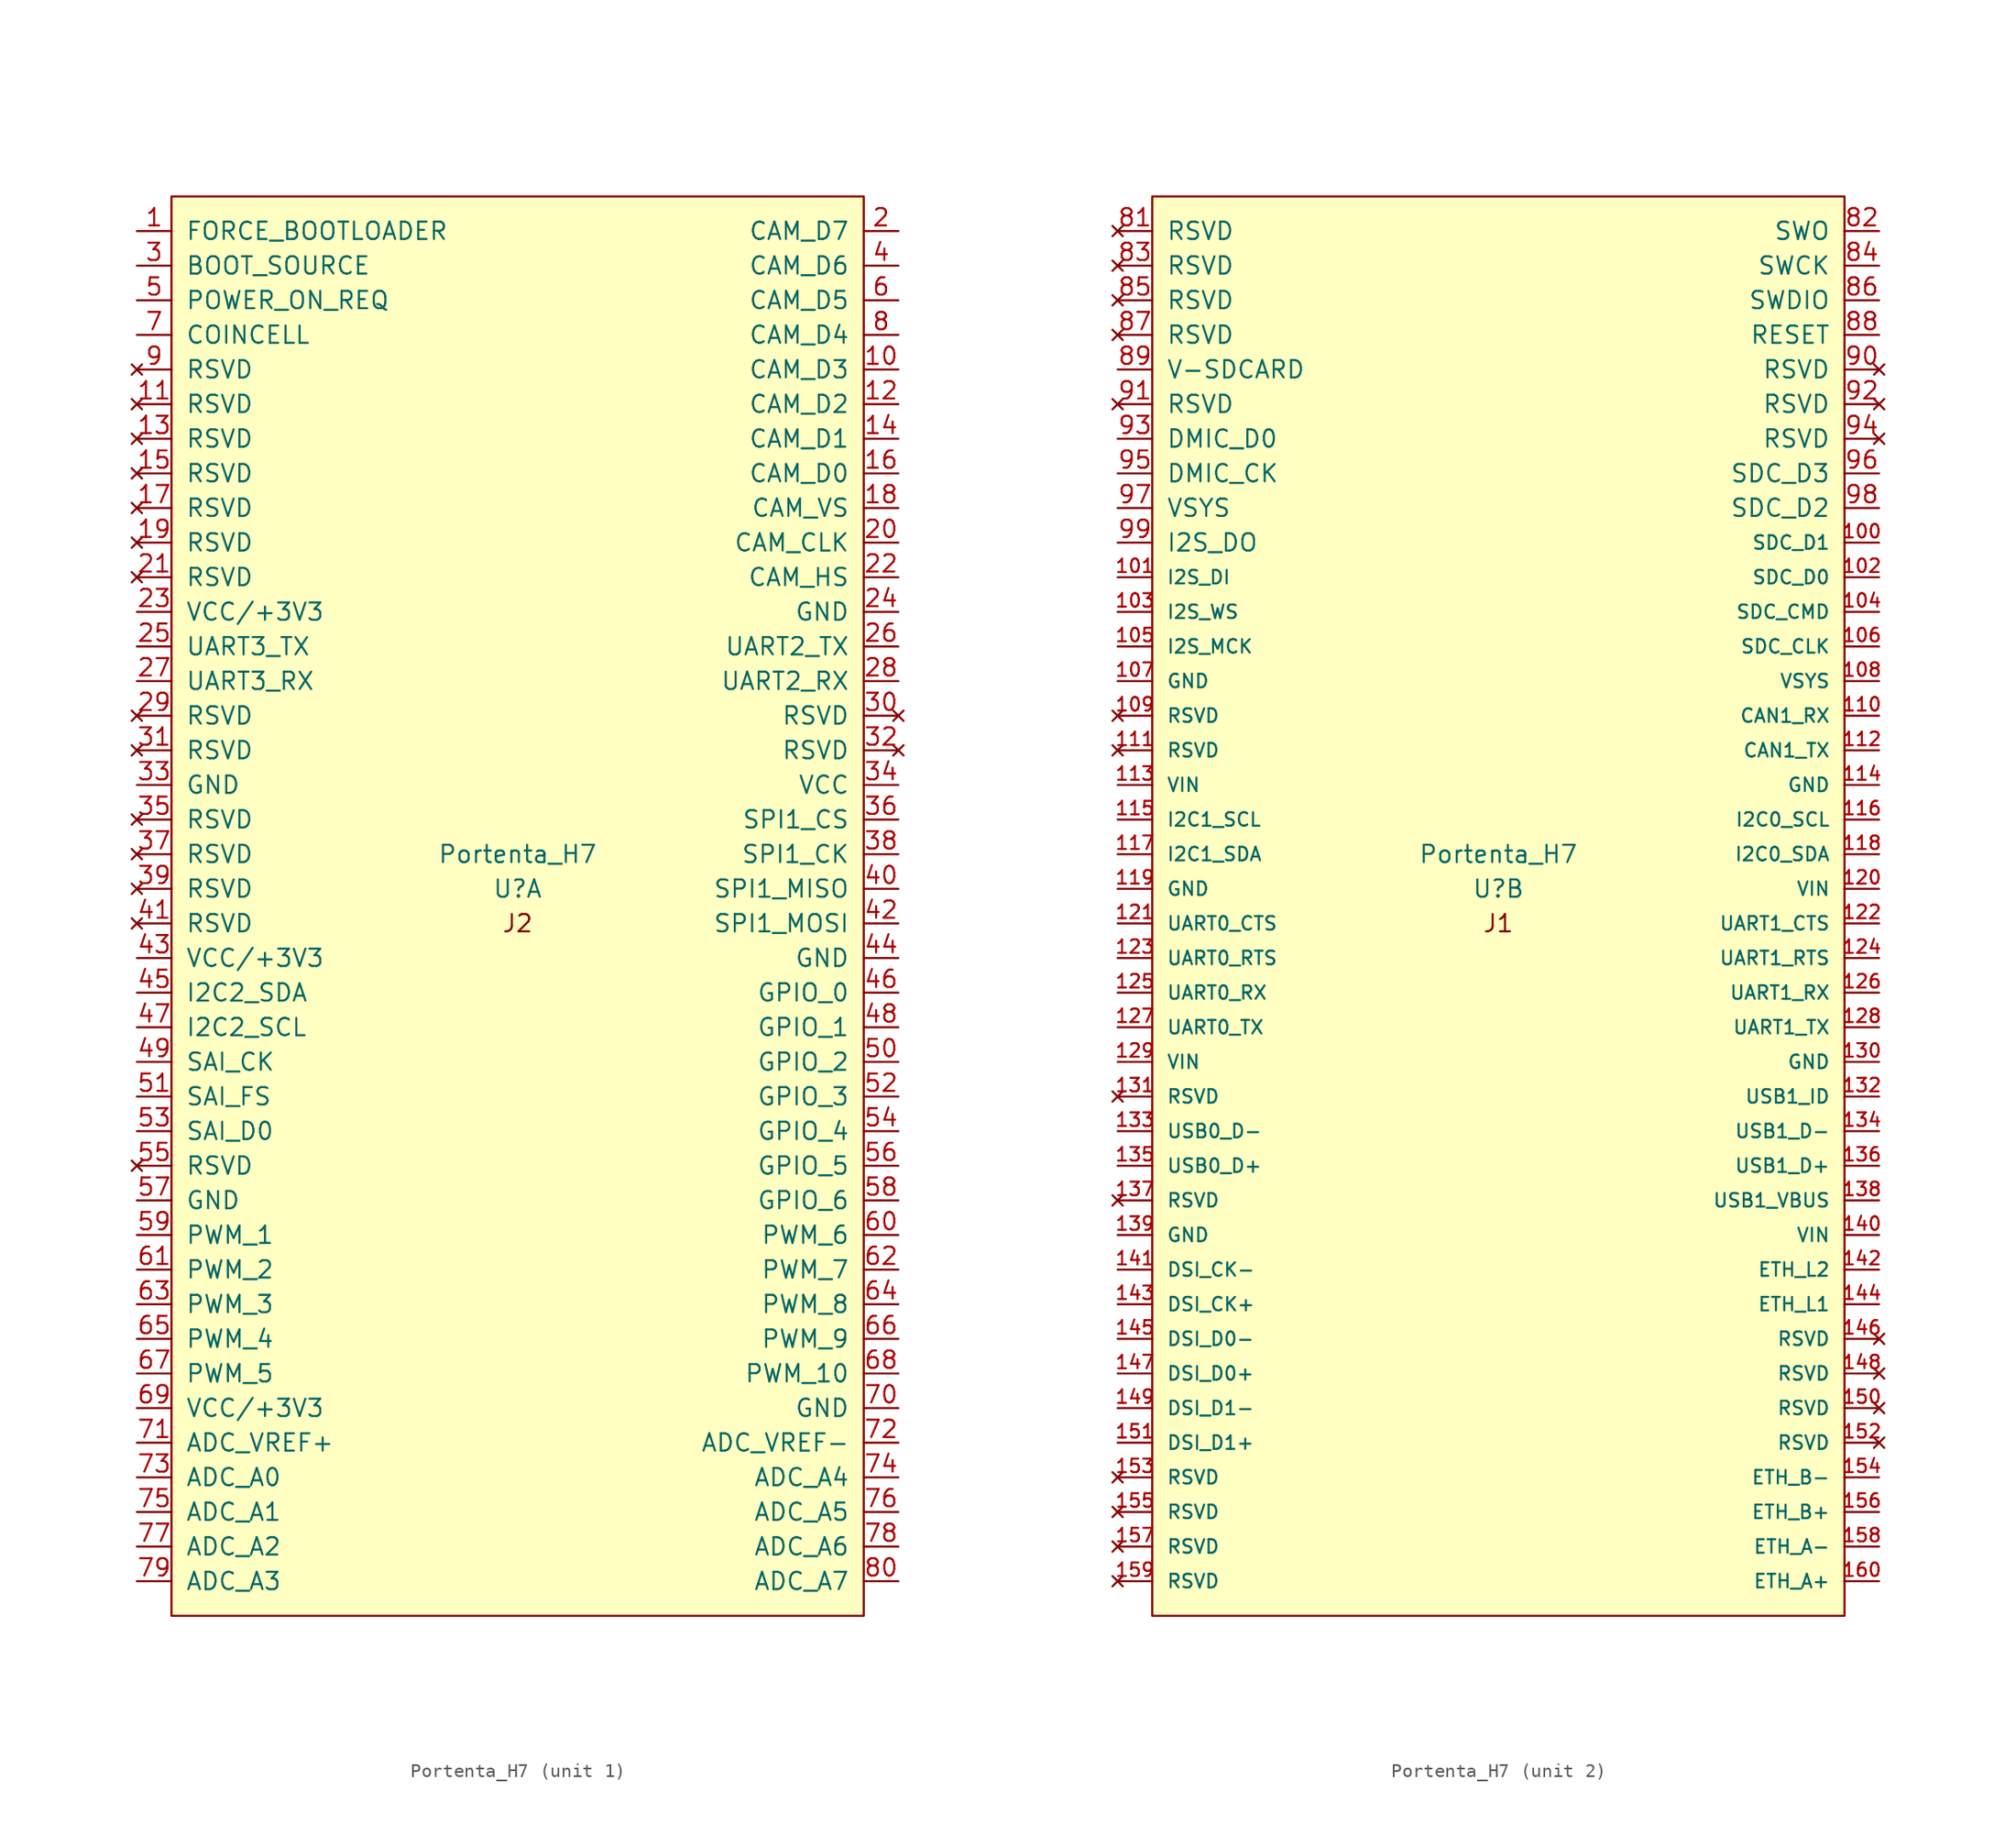
<source format=kicad_sym>
(kicad_symbol_lib
  (version 20241209)
  (generator "kicad_symbol_editor")
  (generator_version "9.0")
  (symbol "Portenta_H7"
    (pin_names
      (offset 1.016))
    (property "Reference" "U"
      (at 0 0 0)
      (effects (font (size 1.27 1.27))))
    (property "Value" "Portenta_H7"
      (at 0 2.54 0)
      (effects (font (size 1.27 1.27))))
    (symbol "Portenta_H7_0_0"
      (rectangle (start -25.4 50.8) (end 25.4 -53.34) (stroke (width 0) (type solid)) (fill (type background))))
    (symbol "Portenta_H7_1_1"
      (text "J2" (at 0 -2.54 0) (effects (font (size 1.27 1.27))))
      (pin input line (at -27.94 48.26 0) (length 2.54) (name "FORCE_BOOTLOADER" (effects (font (size 1.27 1.27)))) (number "1" (effects (font (size 1.27 1.27)))))
      (pin input line (at -27.94 45.72 0) (length 2.54) (name "BOOT_SOURCE" (effects (font (size 1.27 1.27)))) (number "3" (effects (font (size 1.27 1.27)))))
      (pin input line (at -27.94 43.18 0) (length 2.54) (name "POWER_ON_REQ" (effects (font (size 1.27 1.27)))) (number "5" (effects (font (size 1.27 1.27)))))
      (pin input line (at -27.94 40.64 0) (length 2.54) (name "COINCELL" (effects (font (size 1.27 1.27)))) (number "7" (effects (font (size 1.27 1.27)))))
      (pin no_connect line (at -27.94 38.1 0) (length 2.54) (name "RSVD" (effects (font (size 1.27 1.27)))) (number "9" (effects (font (size 1.27 1.27)))))
      (pin no_connect line (at -27.94 35.56 0) (length 2.54) (name "RSVD" (effects (font (size 1.27 1.27)))) (number "11" (effects (font (size 1.27 1.27)))))
      (pin no_connect line (at -27.94 33.02 0) (length 2.54) (name "RSVD" (effects (font (size 1.27 1.27)))) (number "13" (effects (font (size 1.27 1.27)))))
      (pin no_connect line (at -27.94 30.48 0) (length 2.54) (name "RSVD" (effects (font (size 1.27 1.27)))) (number "15" (effects (font (size 1.27 1.27)))))
      (pin no_connect line (at -27.94 27.94 0) (length 2.54) (name "RSVD" (effects (font (size 1.27 1.27)))) (number "17" (effects (font (size 1.27 1.27)))))
      (pin no_connect line (at -27.94 25.4 0) (length 2.54) (name "RSVD" (effects (font (size 1.27 1.27)))) (number "19" (effects (font (size 1.27 1.27)))))
      (pin no_connect line (at -27.94 22.86 0) (length 2.54) (name "RSVD" (effects (font (size 1.27 1.27)))) (number "21" (effects (font (size 1.27 1.27)))))
      (pin input line (at -27.94 20.32 0) (length 2.54) (name "VCC/+3V3" (effects (font (size 1.27 1.27)))) (number "23" (effects (font (size 1.27 1.27)))))
      (pin input line (at -27.94 17.78 0) (length 2.54) (name "UART3_TX" (effects (font (size 1.27 1.27)))) (number "25" (effects (font (size 1.27 1.27)))))
      (pin input line (at -27.94 15.24 0) (length 2.54) (name "UART3_RX" (effects (font (size 1.27 1.27)))) (number "27" (effects (font (size 1.27 1.27)))))
      (pin no_connect line (at -27.94 12.7 0) (length 2.54) (name "RSVD" (effects (font (size 1.27 1.27)))) (number "29" (effects (font (size 1.27 1.27)))))
      (pin no_connect line (at -27.94 10.16 0) (length 2.54) (name "RSVD" (effects (font (size 1.27 1.27)))) (number "31" (effects (font (size 1.27 1.27)))))
      (pin input line (at -27.94 7.62 0) (length 2.54) (name "GND" (effects (font (size 1.27 1.27)))) (number "33" (effects (font (size 1.27 1.27)))))
      (pin no_connect line (at -27.94 5.08 0) (length 2.54) (name "RSVD" (effects (font (size 1.27 1.27)))) (number "35" (effects (font (size 1.27 1.27)))))
      (pin no_connect line (at -27.94 2.54 0) (length 2.54) (name "RSVD" (effects (font (size 1.27 1.27)))) (number "37" (effects (font (size 1.27 1.27)))))
      (pin no_connect line (at -27.94 0 0) (length 2.54) (name "RSVD" (effects (font (size 1.27 1.27)))) (number "39" (effects (font (size 1.27 1.27)))))
      (pin no_connect line (at -27.94 -2.54 0) (length 2.54) (name "RSVD" (effects (font (size 1.27 1.27)))) (number "41" (effects (font (size 1.27 1.27)))))
      (pin input line (at -27.94 -5.08 0) (length 2.54) (name "VCC/+3V3" (effects (font (size 1.27 1.27)))) (number "43" (effects (font (size 1.27 1.27)))))
      (pin input line (at -27.94 -7.62 0) (length 2.54) (name "I2C2_SDA" (effects (font (size 1.27 1.27)))) (number "45" (effects (font (size 1.27 1.27)))))
      (pin input line (at -27.94 -10.16 0) (length 2.54) (name "I2C2_SCL" (effects (font (size 1.27 1.27)))) (number "47" (effects (font (size 1.27 1.27)))))
      (pin input line (at -27.94 -12.7 0) (length 2.54) (name "SAI_CK" (effects (font (size 1.27 1.27)))) (number "49" (effects (font (size 1.27 1.27)))))
      (pin input line (at -27.94 -15.24 0) (length 2.54) (name "SAI_FS" (effects (font (size 1.27 1.27)))) (number "51" (effects (font (size 1.27 1.27)))))
      (pin input line (at -27.94 -17.78 0) (length 2.54) (name "SAI_D0" (effects (font (size 1.27 1.27)))) (number "53" (effects (font (size 1.27 1.27)))))
      (pin no_connect line (at -27.94 -20.32 0) (length 2.54) (name "RSVD" (effects (font (size 1.27 1.27)))) (number "55" (effects (font (size 1.27 1.27)))))
      (pin input line (at -27.94 -22.86 0) (length 2.54) (name "GND" (effects (font (size 1.27 1.27)))) (number "57" (effects (font (size 1.27 1.27)))))
      (pin input line (at -27.94 -25.4 0) (length 2.54) (name "PWM_1" (effects (font (size 1.27 1.27)))) (number "59" (effects (font (size 1.27 1.27)))))
      (pin input line (at -27.94 -27.94 0) (length 2.54) (name "PWM_2" (effects (font (size 1.27 1.27)))) (number "61" (effects (font (size 1.27 1.27)))))
      (pin input line (at -27.94 -30.48 0) (length 2.54) (name "PWM_3" (effects (font (size 1.27 1.27)))) (number "63" (effects (font (size 1.27 1.27)))))
      (pin input line (at -27.94 -33.02 0) (length 2.54) (name "PWM_4" (effects (font (size 1.27 1.27)))) (number "65" (effects (font (size 1.27 1.27)))))
      (pin input line (at -27.94 -35.56 0) (length 2.54) (name "PWM_5" (effects (font (size 1.27 1.27)))) (number "67" (effects (font (size 1.27 1.27)))))
      (pin input line (at -27.94 -38.1 0) (length 2.54) (name "VCC/+3V3" (effects (font (size 1.27 1.27)))) (number "69" (effects (font (size 1.27 1.27)))))
      (pin input line (at -27.94 -40.64 0) (length 2.54) (name "ADC_VREF+" (effects (font (size 1.27 1.27)))) (number "71" (effects (font (size 1.27 1.27)))))
      (pin input line (at -27.94 -43.18 0) (length 2.54) (name "ADC_A0" (effects (font (size 1.27 1.27)))) (number "73" (effects (font (size 1.27 1.27)))))
      (pin input line (at -27.94 -45.72 0) (length 2.54) (name "ADC_A1" (effects (font (size 1.27 1.27)))) (number "75" (effects (font (size 1.27 1.27)))))
      (pin input line (at -27.94 -48.26 0) (length 2.54) (name "ADC_A2" (effects (font (size 1.27 1.27)))) (number "77" (effects (font (size 1.27 1.27)))))
      (pin input line (at -27.94 -50.8 0) (length 2.54) (name "ADC_A3" (effects (font (size 1.27 1.27)))) (number "79" (effects (font (size 1.27 1.27)))))
      (pin input line (at 27.94 48.26 180) (length 2.54) (name "CAM_D7" (effects (font (size 1.27 1.27)))) (number "2" (effects (font (size 1.27 1.27)))))
      (pin input line (at 27.94 45.72 180) (length 2.54) (name "CAM_D6" (effects (font (size 1.27 1.27)))) (number "4" (effects (font (size 1.27 1.27)))))
      (pin input line (at 27.94 43.18 180) (length 2.54) (name "CAM_D5" (effects (font (size 1.27 1.27)))) (number "6" (effects (font (size 1.27 1.27)))))
      (pin input line (at 27.94 40.64 180) (length 2.54) (name "CAM_D4" (effects (font (size 1.27 1.27)))) (number "8" (effects (font (size 1.27 1.27)))))
      (pin input line (at 27.94 38.1 180) (length 2.54) (name "CAM_D3" (effects (font (size 1.27 1.27)))) (number "10" (effects (font (size 1.27 1.27)))))
      (pin input line (at 27.94 35.56 180) (length 2.54) (name "CAM_D2" (effects (font (size 1.27 1.27)))) (number "12" (effects (font (size 1.27 1.27)))))
      (pin input line (at 27.94 33.02 180) (length 2.54) (name "CAM_D1" (effects (font (size 1.27 1.27)))) (number "14" (effects (font (size 1.27 1.27)))))
      (pin input line (at 27.94 30.48 180) (length 2.54) (name "CAM_D0" (effects (font (size 1.27 1.27)))) (number "16" (effects (font (size 1.27 1.27)))))
      (pin input line (at 27.94 27.94 180) (length 2.54) (name "CAM_VS" (effects (font (size 1.27 1.27)))) (number "18" (effects (font (size 1.27 1.27)))))
      (pin input line (at 27.94 25.4 180) (length 2.54) (name "CAM_CLK" (effects (font (size 1.27 1.27)))) (number "20" (effects (font (size 1.27 1.27)))))
      (pin input line (at 27.94 22.86 180) (length 2.54) (name "CAM_HS" (effects (font (size 1.27 1.27)))) (number "22" (effects (font (size 1.27 1.27)))))
      (pin input line (at 27.94 20.32 180) (length 2.54) (name "GND" (effects (font (size 1.27 1.27)))) (number "24" (effects (font (size 1.27 1.27)))))
      (pin input line (at 27.94 17.78 180) (length 2.54) (name "UART2_TX" (effects (font (size 1.27 1.27)))) (number "26" (effects (font (size 1.27 1.27)))))
      (pin input line (at 27.94 15.24 180) (length 2.54) (name "UART2_RX" (effects (font (size 1.27 1.27)))) (number "28" (effects (font (size 1.27 1.27)))))
      (pin no_connect line (at 27.94 12.7 180) (length 2.54) (name "RSVD" (effects (font (size 1.27 1.27)))) (number "30" (effects (font (size 1.27 1.27)))))
      (pin no_connect line (at 27.94 10.16 180) (length 2.54) (name "RSVD" (effects (font (size 1.27 1.27)))) (number "32" (effects (font (size 1.27 1.27)))))
      (pin input line (at 27.94 7.62 180) (length 2.54) (name "VCC" (effects (font (size 1.27 1.27)))) (number "34" (effects (font (size 1.27 1.27)))))
      (pin input line (at 27.94 5.08 180) (length 2.54) (name "SPI1_CS" (effects (font (size 1.27 1.27)))) (number "36" (effects (font (size 1.27 1.27)))))
      (pin input line (at 27.94 2.54 180) (length 2.54) (name "SPI1_CK" (effects (font (size 1.27 1.27)))) (number "38" (effects (font (size 1.27 1.27)))))
      (pin input line (at 27.94 0 180) (length 2.54) (name "SPI1_MISO" (effects (font (size 1.27 1.27)))) (number "40" (effects (font (size 1.27 1.27)))))
      (pin input line (at 27.94 -2.54 180) (length 2.54) (name "SPI1_MOSI" (effects (font (size 1.27 1.27)))) (number "42" (effects (font (size 1.27 1.27)))))
      (pin input line (at 27.94 -5.08 180) (length 2.54) (name "GND" (effects (font (size 1.27 1.27)))) (number "44" (effects (font (size 1.27 1.27)))))
      (pin input line (at 27.94 -7.62 180) (length 2.54) (name "GPIO_0" (effects (font (size 1.27 1.27)))) (number "46" (effects (font (size 1.27 1.27)))))
      (pin input line (at 27.94 -10.16 180) (length 2.54) (name "GPIO_1" (effects (font (size 1.27 1.27)))) (number "48" (effects (font (size 1.27 1.27)))))
      (pin input line (at 27.94 -12.7 180) (length 2.54) (name "GPIO_2" (effects (font (size 1.27 1.27)))) (number "50" (effects (font (size 1.27 1.27)))))
      (pin input line (at 27.94 -15.24 180) (length 2.54) (name "GPIO_3" (effects (font (size 1.27 1.27)))) (number "52" (effects (font (size 1.27 1.27)))))
      (pin input line (at 27.94 -17.78 180) (length 2.54) (name "GPIO_4" (effects (font (size 1.27 1.27)))) (number "54" (effects (font (size 1.27 1.27)))))
      (pin input line (at 27.94 -20.32 180) (length 2.54) (name "GPIO_5" (effects (font (size 1.27 1.27)))) (number "56" (effects (font (size 1.27 1.27)))))
      (pin input line (at 27.94 -22.86 180) (length 2.54) (name "GPIO_6" (effects (font (size 1.27 1.27)))) (number "58" (effects (font (size 1.27 1.27)))))
      (pin input line (at 27.94 -25.4 180) (length 2.54) (name "PWM_6" (effects (font (size 1.27 1.27)))) (number "60" (effects (font (size 1.27 1.27)))))
      (pin input line (at 27.94 -27.94 180) (length 2.54) (name "PWM_7" (effects (font (size 1.27 1.27)))) (number "62" (effects (font (size 1.27 1.27)))))
      (pin input line (at 27.94 -30.48 180) (length 2.54) (name "PWM_8" (effects (font (size 1.27 1.27)))) (number "64" (effects (font (size 1.27 1.27)))))
      (pin input line (at 27.94 -33.02 180) (length 2.54) (name "PWM_9" (effects (font (size 1.27 1.27)))) (number "66" (effects (font (size 1.27 1.27)))))
      (pin input line (at 27.94 -35.56 180) (length 2.54) (name "PWM_10" (effects (font (size 1.27 1.27)))) (number "68" (effects (font (size 1.27 1.27)))))
      (pin input line (at 27.94 -38.1 180) (length 2.54) (name "GND" (effects (font (size 1.27 1.27)))) (number "70" (effects (font (size 1.27 1.27)))))
      (pin input line (at 27.94 -40.64 180) (length 2.54) (name "ADC_VREF-" (effects (font (size 1.27 1.27)))) (number "72" (effects (font (size 1.27 1.27)))))
      (pin input line (at 27.94 -43.18 180) (length 2.54) (name "ADC_A4" (effects (font (size 1.27 1.27)))) (number "74" (effects (font (size 1.27 1.27)))))
      (pin input line (at 27.94 -45.72 180) (length 2.54) (name "ADC_A5" (effects (font (size 1.27 1.27)))) (number "76" (effects (font (size 1.27 1.27)))))
      (pin input line (at 27.94 -48.26 180) (length 2.54) (name "ADC_A6" (effects (font (size 1.27 1.27)))) (number "78" (effects (font (size 1.27 1.27)))))
      (pin input line (at 27.94 -50.8 180) (length 2.54) (name "ADC_A7" (effects (font (size 1.27 1.27)))) (number "80" (effects (font (size 1.27 1.27))))))
    (symbol "Portenta_H7_2_1"
      (text "J1" (at 0 -2.54 0) (effects (font (size 1.27 1.27))))
      (pin no_connect line (at -27.94 48.26 0) (length 2.54) (name "RSVD" (effects (font (size 1.27 1.27)))) (number "81" (effects (font (size 1.27 1.27)))))
      (pin no_connect line (at -27.94 45.72 0) (length 2.54) (name "RSVD" (effects (font (size 1.27 1.27)))) (number "83" (effects (font (size 1.27 1.27)))))
      (pin no_connect line (at -27.94 43.18 0) (length 2.54) (name "RSVD" (effects (font (size 1.27 1.27)))) (number "85" (effects (font (size 1.27 1.27)))))
      (pin no_connect line (at -27.94 40.64 0) (length 2.54) (name "RSVD" (effects (font (size 1.27 1.27)))) (number "87" (effects (font (size 1.27 1.27)))))
      (pin input line (at -27.94 38.1 0) (length 2.54) (name "V-SDCARD" (effects (font (size 1.27 1.27)))) (number "89" (effects (font (size 1.27 1.27)))))
      (pin no_connect line (at -27.94 35.56 0) (length 2.54) (name "RSVD" (effects (font (size 1.27 1.27)))) (number "91" (effects (font (size 1.27 1.27)))))
      (pin input line (at -27.94 33.02 0) (length 2.54) (name "DMIC_D0" (effects (font (size 1.27 1.27)))) (number "93" (effects (font (size 1.27 1.27)))))
      (pin input line (at -27.94 30.48 0) (length 2.54) (name "DMIC_CK" (effects (font (size 1.27 1.27)))) (number "95" (effects (font (size 1.27 1.27)))))
      (pin input line (at -27.94 27.94 0) (length 2.54) (name "VSYS" (effects (font (size 1.27 1.27)))) (number "97" (effects (font (size 1.27 1.27)))))
      (pin input line (at -27.94 25.4 0) (length 2.54) (name "I2S_DO" (effects (font (size 1.27 1.27)))) (number "99" (effects (font (size 1.27 1.27)))))
      (pin input line (at -27.94 22.86 0) (length 2.54) (name "I2S_DI" (effects (font (size 0.991 0.991)))) (number "101" (effects (font (size 0.991 0.991)))))
      (pin input line (at -27.94 20.32 0) (length 2.54) (name "I2S_WS" (effects (font (size 0.991 0.991)))) (number "103" (effects (font (size 0.991 0.991)))))
      (pin input line (at -27.94 17.78 0) (length 2.54) (name "I2S_MCK" (effects (font (size 0.991 0.991)))) (number "105" (effects (font (size 0.991 0.991)))))
      (pin input line (at -27.94 15.24 0) (length 2.54) (name "GND" (effects (font (size 0.991 0.991)))) (number "107" (effects (font (size 0.991 0.991)))))
      (pin no_connect line (at -27.94 12.7 0) (length 2.54) (name "RSVD" (effects (font (size 0.991 0.991)))) (number "109" (effects (font (size 0.991 0.991)))))
      (pin no_connect line (at -27.94 10.16 0) (length 2.54) (name "RSVD" (effects (font (size 0.991 0.991)))) (number "111" (effects (font (size 0.991 0.991)))))
      (pin input line (at -27.94 7.62 0) (length 2.54) (name "VIN" (effects (font (size 0.991 0.991)))) (number "113" (effects (font (size 0.991 0.991)))))
      (pin input line (at -27.94 5.08 0) (length 2.54) (name "I2C1_SCL" (effects (font (size 0.991 0.991)))) (number "115" (effects (font (size 0.991 0.991)))))
      (pin input line (at -27.94 2.54 0) (length 2.54) (name "I2C1_SDA" (effects (font (size 0.991 0.991)))) (number "117" (effects (font (size 0.991 0.991)))))
      (pin power_in line (at -27.94 0 0) (length 2.54) (name "GND" (effects (font (size 0.991 0.991)))) (number "119" (effects (font (size 0.991 0.991)))))
      (pin input line (at -27.94 -2.54 0) (length 2.54) (name "UART0_CTS" (effects (font (size 0.991 0.991)))) (number "121" (effects (font (size 0.991 0.991)))))
      (pin input line (at -27.94 -5.08 0) (length 2.54) (name "UART0_RTS" (effects (font (size 0.991 0.991)))) (number "123" (effects (font (size 0.991 0.991)))))
      (pin input line (at -27.94 -7.62 0) (length 2.54) (name "UART0_RX" (effects (font (size 0.991 0.991)))) (number "125" (effects (font (size 0.991 0.991)))))
      (pin input line (at -27.94 -10.16 0) (length 2.54) (name "UART0_TX" (effects (font (size 0.991 0.991)))) (number "127" (effects (font (size 0.991 0.991)))))
      (pin power_in line (at -27.94 -12.7 0) (length 2.54) (name "VIN" (effects (font (size 0.991 0.991)))) (number "129" (effects (font (size 0.991 0.991)))))
      (pin no_connect line (at -27.94 -15.24 0) (length 2.54) (name "RSVD" (effects (font (size 0.991 0.991)))) (number "131" (effects (font (size 0.991 0.991)))))
      (pin input line (at -27.94 -17.78 0) (length 2.54) (name "USB0_D-" (effects (font (size 0.991 0.991)))) (number "133" (effects (font (size 0.991 0.991)))))
      (pin input line (at -27.94 -20.32 0) (length 2.54) (name "USB0_D+" (effects (font (size 0.991 0.991)))) (number "135" (effects (font (size 0.991 0.991)))))
      (pin no_connect line (at -27.94 -22.86 0) (length 2.54) (name "RSVD" (effects (font (size 0.991 0.991)))) (number "137" (effects (font (size 0.991 0.991)))))
      (pin power_in line (at -27.94 -25.4 0) (length 2.54) (name "GND" (effects (font (size 0.991 0.991)))) (number "139" (effects (font (size 0.991 0.991)))))
      (pin input line (at -27.94 -27.94 0) (length 2.54) (name "DSI_CK-" (effects (font (size 0.991 0.991)))) (number "141" (effects (font (size 0.991 0.991)))))
      (pin input line (at -27.94 -30.48 0) (length 2.54) (name "DSI_CK+" (effects (font (size 0.991 0.991)))) (number "143" (effects (font (size 0.991 0.991)))))
      (pin input line (at -27.94 -33.02 0) (length 2.54) (name "DSI_D0-" (effects (font (size 0.991 0.991)))) (number "145" (effects (font (size 0.991 0.991)))))
      (pin input line (at -27.94 -35.56 0) (length 2.54) (name "DSI_D0+" (effects (font (size 0.991 0.991)))) (number "147" (effects (font (size 0.991 0.991)))))
      (pin input line (at -27.94 -38.1 0) (length 2.54) (name "DSI_D1-" (effects (font (size 0.991 0.991)))) (number "149" (effects (font (size 0.991 0.991)))))
      (pin input line (at -27.94 -40.64 0) (length 2.54) (name "DSI_D1+" (effects (font (size 0.991 0.991)))) (number "151" (effects (font (size 0.991 0.991)))))
      (pin no_connect line (at -27.94 -43.18 0) (length 2.54) (name "RSVD" (effects (font (size 0.991 0.991)))) (number "153" (effects (font (size 0.991 0.991)))))
      (pin no_connect line (at -27.94 -45.72 0) (length 2.54) (name "RSVD" (effects (font (size 0.991 0.991)))) (number "155" (effects (font (size 0.991 0.991)))))
      (pin no_connect line (at -27.94 -48.26 0) (length 2.54) (name "RSVD" (effects (font (size 0.991 0.991)))) (number "157" (effects (font (size 0.991 0.991)))))
      (pin no_connect line (at -27.94 -50.8 0) (length 2.54) (name "RSVD" (effects (font (size 0.991 0.991)))) (number "159" (effects (font (size 0.991 0.991)))))
      (pin input line (at 27.94 48.26 180) (length 2.54) (name "SWO" (effects (font (size 1.27 1.27)))) (number "82" (effects (font (size 1.27 1.27)))))
      (pin input line (at 27.94 45.72 180) (length 2.54) (name "SWCK" (effects (font (size 1.27 1.27)))) (number "84" (effects (font (size 1.27 1.27)))))
      (pin input line (at 27.94 43.18 180) (length 2.54) (name "SWDIO" (effects (font (size 1.27 1.27)))) (number "86" (effects (font (size 1.27 1.27)))))
      (pin input line (at 27.94 40.64 180) (length 2.54) (name "RESET" (effects (font (size 1.27 1.27)))) (number "88" (effects (font (size 1.27 1.27)))))
      (pin no_connect line (at 27.94 38.1 180) (length 2.54) (name "RSVD" (effects (font (size 1.27 1.27)))) (number "90" (effects (font (size 1.27 1.27)))))
      (pin no_connect line (at 27.94 35.56 180) (length 2.54) (name "RSVD" (effects (font (size 1.27 1.27)))) (number "92" (effects (font (size 1.27 1.27)))))
      (pin no_connect line (at 27.94 33.02 180) (length 2.54) (name "RSVD" (effects (font (size 1.27 1.27)))) (number "94" (effects (font (size 1.27 1.27)))))
      (pin input line (at 27.94 30.48 180) (length 2.54) (name "SDC_D3" (effects (font (size 1.27 1.27)))) (number "96" (effects (font (size 1.27 1.27)))))
      (pin input line (at 27.94 27.94 180) (length 2.54) (name "SDC_D2" (effects (font (size 1.27 1.27)))) (number "98" (effects (font (size 1.27 1.27)))))
      (pin input line (at 27.94 25.4 180) (length 2.54) (name "SDC_D1" (effects (font (size 0.991 0.991)))) (number "100" (effects (font (size 0.991 0.991)))))
      (pin input line (at 27.94 22.86 180) (length 2.54) (name "SDC_D0" (effects (font (size 0.991 0.991)))) (number "102" (effects (font (size 0.991 0.991)))))
      (pin input line (at 27.94 20.32 180) (length 2.54) (name "SDC_CMD" (effects (font (size 0.991 0.991)))) (number "104" (effects (font (size 0.991 0.991)))))
      (pin input line (at 27.94 17.78 180) (length 2.54) (name "SDC_CLK" (effects (font (size 0.991 0.991)))) (number "106" (effects (font (size 0.991 0.991)))))
      (pin input line (at 27.94 15.24 180) (length 2.54) (name "VSYS" (effects (font (size 0.991 0.991)))) (number "108" (effects (font (size 0.991 0.991)))))
      (pin input line (at 27.94 12.7 180) (length 2.54) (name "CAN1_RX" (effects (font (size 0.991 0.991)))) (number "110" (effects (font (size 0.991 0.991)))))
      (pin input line (at 27.94 10.16 180) (length 2.54) (name "CAN1_TX" (effects (font (size 0.991 0.991)))) (number "112" (effects (font (size 0.991 0.991)))))
      (pin input line (at 27.94 7.62 180) (length 2.54) (name "GND" (effects (font (size 0.991 0.991)))) (number "114" (effects (font (size 0.991 0.991)))))
      (pin input line (at 27.94 5.08 180) (length 2.54) (name "I2C0_SCL" (effects (font (size 0.991 0.991)))) (number "116" (effects (font (size 0.991 0.991)))))
      (pin input line (at 27.94 2.54 180) (length 2.54) (name "I2C0_SDA" (effects (font (size 0.991 0.991)))) (number "118" (effects (font (size 0.991 0.991)))))
      (pin input line (at 27.94 0 180) (length 2.54) (name "VIN" (effects (font (size 0.991 0.991)))) (number "120" (effects (font (size 0.991 0.991)))))
      (pin input line (at 27.94 -2.54 180) (length 2.54) (name "UART1_CTS" (effects (font (size 0.991 0.991)))) (number "122" (effects (font (size 0.991 0.991)))))
      (pin input line (at 27.94 -5.08 180) (length 2.54) (name "UART1_RTS" (effects (font (size 0.991 0.991)))) (number "124" (effects (font (size 0.991 0.991)))))
      (pin input line (at 27.94 -7.62 180) (length 2.54) (name "UART1_RX" (effects (font (size 0.991 0.991)))) (number "126" (effects (font (size 0.991 0.991)))))
      (pin input line (at 27.94 -10.16 180) (length 2.54) (name "UART1_TX" (effects (font (size 0.991 0.991)))) (number "128" (effects (font (size 0.991 0.991)))))
      (pin input line (at 27.94 -12.7 180) (length 2.54) (name "GND" (effects (font (size 0.991 0.991)))) (number "130" (effects (font (size 0.991 0.991)))))
      (pin input line (at 27.94 -15.24 180) (length 2.54) (name "USB1_ID" (effects (font (size 0.991 0.991)))) (number "132" (effects (font (size 0.991 0.991)))))
      (pin input line (at 27.94 -17.78 180) (length 2.54) (name "USB1_D-" (effects (font (size 0.991 0.991)))) (number "134" (effects (font (size 0.991 0.991)))))
      (pin input line (at 27.94 -20.32 180) (length 2.54) (name "USB1_D+" (effects (font (size 0.991 0.991)))) (number "136" (effects (font (size 0.991 0.991)))))
      (pin input line (at 27.94 -22.86 180) (length 2.54) (name "USB1_VBUS" (effects (font (size 0.991 0.991)))) (number "138" (effects (font (size 0.991 0.991)))))
      (pin input line (at 27.94 -25.4 180) (length 2.54) (name "VIN" (effects (font (size 0.991 0.991)))) (number "140" (effects (font (size 0.991 0.991)))))
      (pin input line (at 27.94 -27.94 180) (length 2.54) (name "ETH_L2" (effects (font (size 0.991 0.991)))) (number "142" (effects (font (size 0.991 0.991)))))
      (pin input line (at 27.94 -30.48 180) (length 2.54) (name "ETH_L1" (effects (font (size 0.991 0.991)))) (number "144" (effects (font (size 0.991 0.991)))))
      (pin no_connect line (at 27.94 -33.02 180) (length 2.54) (name "RSVD" (effects (font (size 0.991 0.991)))) (number "146" (effects (font (size 0.991 0.991)))))
      (pin no_connect line (at 27.94 -35.56 180) (length 2.54) (name "RSVD" (effects (font (size 0.991 0.991)))) (number "148" (effects (font (size 0.991 0.991)))))
      (pin no_connect line (at 27.94 -38.1 180) (length 2.54) (name "RSVD" (effects (font (size 0.991 0.991)))) (number "150" (effects (font (size 0.991 0.991)))))
      (pin no_connect line (at 27.94 -40.64 180) (length 2.54) (name "RSVD" (effects (font (size 0.991 0.991)))) (number "152" (effects (font (size 0.991 0.991)))))
      (pin input line (at 27.94 -43.18 180) (length 2.54) (name "ETH_B-" (effects (font (size 0.991 0.991)))) (number "154" (effects (font (size 0.991 0.991)))))
      (pin input line (at 27.94 -45.72 180) (length 2.54) (name "ETH_B+" (effects (font (size 0.991 0.991)))) (number "156" (effects (font (size 0.991 0.991)))))
      (pin input line (at 27.94 -48.26 180) (length 2.54) (name "ETH_A-" (effects (font (size 0.991 0.991)))) (number "158" (effects (font (size 0.991 0.991)))))
      (pin input line (at 27.94 -50.8 180) (length 2.54) (name "ETH_A+" (effects (font (size 0.991 0.991)))) (number "160" (effects (font (size 0.991 0.991))))))))
</source>
